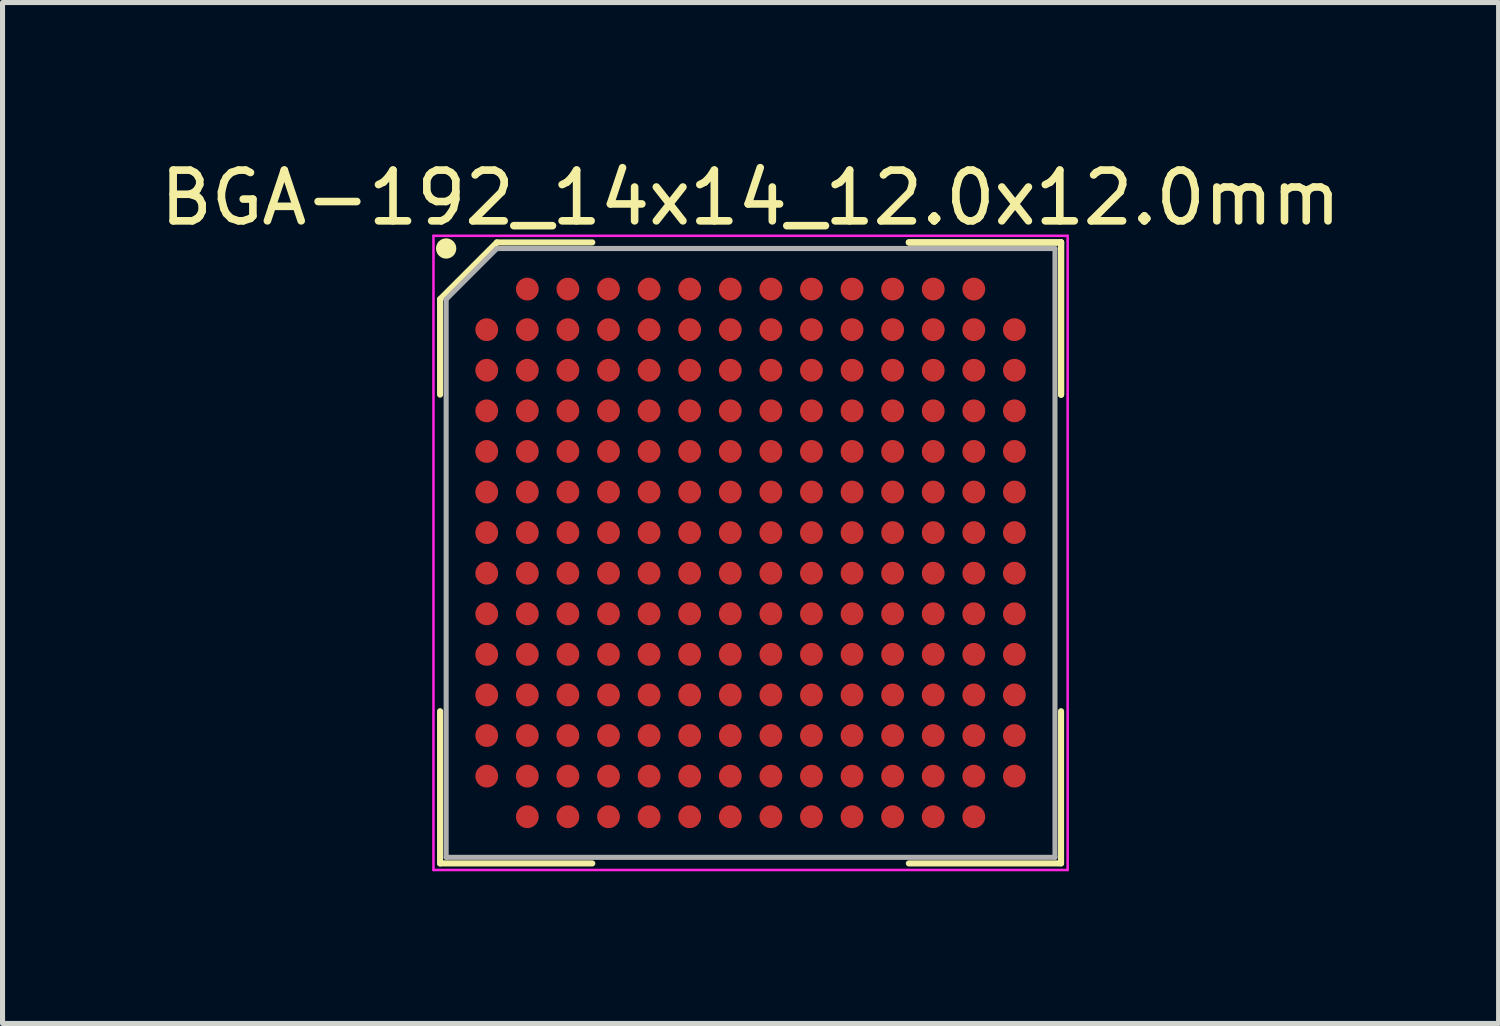
<source format=kicad_pcb>
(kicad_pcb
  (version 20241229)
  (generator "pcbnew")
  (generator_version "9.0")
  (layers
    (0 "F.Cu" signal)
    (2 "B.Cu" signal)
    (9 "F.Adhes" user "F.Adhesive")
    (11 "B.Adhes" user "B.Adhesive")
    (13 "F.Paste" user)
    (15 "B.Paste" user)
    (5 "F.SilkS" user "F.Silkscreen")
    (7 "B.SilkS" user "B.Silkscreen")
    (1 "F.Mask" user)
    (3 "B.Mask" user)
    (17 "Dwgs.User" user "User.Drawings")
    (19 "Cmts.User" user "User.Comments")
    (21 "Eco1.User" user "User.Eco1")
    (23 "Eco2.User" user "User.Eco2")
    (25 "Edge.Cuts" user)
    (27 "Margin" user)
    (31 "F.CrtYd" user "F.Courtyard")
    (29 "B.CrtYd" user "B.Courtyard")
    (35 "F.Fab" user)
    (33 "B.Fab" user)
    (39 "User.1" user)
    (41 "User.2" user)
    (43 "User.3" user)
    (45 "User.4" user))
  (footprint "BGA-192_14x14_12.0x12.0mm"
    (layer "F.Cu")
    (at 11.744 7.848)
    (property "Reference" "BGA-192_14x14_12.0x12.0mm" (at 0 -7 0) (layer "F.SilkS") (effects (font (size 1 1) (thickness 0.15))))
    (attr through_hole)
    (fp_line (start -6.12 -5) (end -6.12 -3.12) (stroke (width 0.12) (type solid)) (layer "F.SilkS"))
    (fp_line (start -6.12 6.12) (end -6.12 3.12) (stroke (width 0.12) (type solid)) (layer "F.SilkS"))
    (fp_line (start -5 -6.12) (end -6.12 -5) (stroke (width 0.12) (type solid)) (layer "F.SilkS"))
    (fp_line (start -3.12 -6.12) (end -5 -6.12) (stroke (width 0.12) (type solid)) (layer "F.SilkS"))
    (fp_line (start -3.12 6.12) (end -6.12 6.12) (stroke (width 0.12) (type solid)) (layer "F.SilkS"))
    (fp_line (start 3.12 -6.12) (end 6.12 -6.12) (stroke (width 0.12) (type solid)) (layer "F.SilkS"))
    (fp_line (start 3.12 -6.12) (end 6.12 -6.12) (stroke (width 0.12) (type solid)) (layer "F.SilkS"))
    (fp_line (start 3.12 -6.12) (end 6.12 -6.12) (stroke (width 0.12) (type solid)) (layer "F.SilkS"))
    (fp_line (start 3.12 6.12) (end 6.12 6.12) (stroke (width 0.12) (type solid)) (layer "F.SilkS"))
    (fp_line (start 6.12 -6.12) (end 6.12 -3.12) (stroke (width 0.12) (type solid)) (layer "F.SilkS"))
    (fp_line (start 6.12 -6.12) (end 6.12 -3.12) (stroke (width 0.12) (type solid)) (layer "F.SilkS"))
    (fp_line (start 6.12 -6.12) (end 6.12 -3.12) (stroke (width 0.12) (type solid)) (layer "F.SilkS"))
    (fp_line (start 6.12 6.12) (end 6.12 3.12) (stroke (width 0.12) (type solid)) (layer "F.SilkS"))
    (fp_circle (center -6 -6) (end -6 -5.9) (stroke (width 0.2) (type solid)) (fill no) (layer "F.SilkS"))
    (fp_line (start -6.25 -6.25) (end 6.25 -6.25) (stroke (width 0.05) (type solid)) (layer "F.CrtYd"))
    (fp_line (start -6.25 6.25) (end -6.25 -6.25) (stroke (width 0.05) (type solid)) (layer "F.CrtYd"))
    (fp_line (start 6.25 -6.25) (end 6.25 6.25) (stroke (width 0.05) (type solid)) (layer "F.CrtYd"))
    (fp_line (start 6.25 6.25) (end -6.25 6.25) (stroke (width 0.05) (type solid)) (layer "F.CrtYd"))
    (fp_line (start -6 -5) (end -6 6) (stroke (width 0.1) (type solid)) (layer "F.Fab"))
    (fp_line (start -6 6) (end 6 6) (stroke (width 0.1) (type solid)) (layer "F.Fab"))
    (fp_line (start -5 -6) (end -6 -5) (stroke (width 0.1) (type solid)) (layer "F.Fab"))
    (fp_line (start 6 -6) (end -5 -6) (stroke (width 0.1) (type solid)) (layer "F.Fab"))
    (fp_line (start 6 6) (end 6 -6) (stroke (width 0.1) (type solid)) (layer "F.Fab"))
    (pad "A2" smd circle (at -4.4 -5.2) (size 0.45 0.45) (layers "F.Cu" "F.Mask" "F.Paste"))
    (pad "A3" smd circle (at -3.6 -5.2) (size 0.45 0.45) (layers "F.Cu" "F.Mask" "F.Paste"))
    (pad "A4" smd circle (at -2.8 -5.2) (size 0.45 0.45) (layers "F.Cu" "F.Mask" "F.Paste"))
    (pad "A5" smd circle (at -2 -5.2) (size 0.45 0.45) (layers "F.Cu" "F.Mask" "F.Paste"))
    (pad "A6" smd circle (at -1.2 -5.2) (size 0.45 0.45) (layers "F.Cu" "F.Mask" "F.Paste"))
    (pad "A7" smd circle (at -0.4 -5.2) (size 0.45 0.45) (layers "F.Cu" "F.Mask" "F.Paste"))
    (pad "A8" smd circle (at 0.4 -5.2) (size 0.45 0.45) (layers "F.Cu" "F.Mask" "F.Paste"))
    (pad "A9" smd circle (at 1.2 -5.2) (size 0.45 0.45) (layers "F.Cu" "F.Mask" "F.Paste"))
    (pad "A10" smd circle (at 2 -5.2) (size 0.45 0.45) (layers "F.Cu" "F.Mask" "F.Paste"))
    (pad "A11" smd circle (at 2.8 -5.2) (size 0.45 0.45) (layers "F.Cu" "F.Mask" "F.Paste"))
    (pad "A12" smd circle (at 3.6 -5.2) (size 0.45 0.45) (layers "F.Cu" "F.Mask" "F.Paste"))
    (pad "A13" smd circle (at 4.4 -5.2) (size 0.45 0.45) (layers "F.Cu" "F.Mask" "F.Paste"))
    (pad "B1" smd circle (at -5.2 -4.4) (size 0.45 0.45) (layers "F.Cu" "F.Mask" "F.Paste"))
    (pad "B2" smd circle (at -4.4 -4.4) (size 0.45 0.45) (layers "F.Cu" "F.Mask" "F.Paste"))
    (pad "B3" smd circle (at -3.6 -4.4) (size 0.45 0.45) (layers "F.Cu" "F.Mask" "F.Paste"))
    (pad "B4" smd circle (at -2.8 -4.4) (size 0.45 0.45) (layers "F.Cu" "F.Mask" "F.Paste"))
    (pad "B5" smd circle (at -2 -4.4) (size 0.45 0.45) (layers "F.Cu" "F.Mask" "F.Paste"))
    (pad "B6" smd circle (at -1.2 -4.4) (size 0.45 0.45) (layers "F.Cu" "F.Mask" "F.Paste"))
    (pad "B7" smd circle (at -0.4 -4.4) (size 0.45 0.45) (layers "F.Cu" "F.Mask" "F.Paste"))
    (pad "B8" smd circle (at 0.4 -4.4) (size 0.45 0.45) (layers "F.Cu" "F.Mask" "F.Paste"))
    (pad "B9" smd circle (at 1.2 -4.4) (size 0.45 0.45) (layers "F.Cu" "F.Mask" "F.Paste"))
    (pad "B10" smd circle (at 2 -4.4) (size 0.45 0.45) (layers "F.Cu" "F.Mask" "F.Paste"))
    (pad "B11" smd circle (at 2.8 -4.4) (size 0.45 0.45) (layers "F.Cu" "F.Mask" "F.Paste"))
    (pad "B12" smd circle (at 3.6 -4.4) (size 0.45 0.45) (layers "F.Cu" "F.Mask" "F.Paste"))
    (pad "B13" smd circle (at 4.4 -4.4) (size 0.45 0.45) (layers "F.Cu" "F.Mask" "F.Paste"))
    (pad "B14" smd circle (at 5.2 -4.4) (size 0.45 0.45) (layers "F.Cu" "F.Mask" "F.Paste"))
    (pad "C1" smd circle (at -5.2 -3.6) (size 0.45 0.45) (layers "F.Cu" "F.Mask" "F.Paste"))
    (pad "C2" smd circle (at -4.4 -3.6) (size 0.45 0.45) (layers "F.Cu" "F.Mask" "F.Paste"))
    (pad "C3" smd circle (at -3.6 -3.6) (size 0.45 0.45) (layers "F.Cu" "F.Mask" "F.Paste"))
    (pad "C4" smd circle (at -2.8 -3.6) (size 0.45 0.45) (layers "F.Cu" "F.Mask" "F.Paste"))
    (pad "C5" smd circle (at -2 -3.6) (size 0.45 0.45) (layers "F.Cu" "F.Mask" "F.Paste"))
    (pad "C6" smd circle (at -1.2 -3.6) (size 0.45 0.45) (layers "F.Cu" "F.Mask" "F.Paste"))
    (pad "C7" smd circle (at -0.4 -3.6) (size 0.45 0.45) (layers "F.Cu" "F.Mask" "F.Paste"))
    (pad "C8" smd circle (at 0.4 -3.6) (size 0.45 0.45) (layers "F.Cu" "F.Mask" "F.Paste"))
    (pad "C9" smd circle (at 1.2 -3.6) (size 0.45 0.45) (layers "F.Cu" "F.Mask" "F.Paste"))
    (pad "C10" smd circle (at 2 -3.6) (size 0.45 0.45) (layers "F.Cu" "F.Mask" "F.Paste"))
    (pad "C11" smd circle (at 2.8 -3.6) (size 0.45 0.45) (layers "F.Cu" "F.Mask" "F.Paste"))
    (pad "C12" smd circle (at 3.6 -3.6) (size 0.45 0.45) (layers "F.Cu" "F.Mask" "F.Paste"))
    (pad "C13" smd circle (at 4.4 -3.6) (size 0.45 0.45) (layers "F.Cu" "F.Mask" "F.Paste"))
    (pad "C14" smd circle (at 5.2 -3.6) (size 0.45 0.45) (layers "F.Cu" "F.Mask" "F.Paste"))
    (pad "D1" smd circle (at -5.2 -2.8) (size 0.45 0.45) (layers "F.Cu" "F.Mask" "F.Paste"))
    (pad "D2" smd circle (at -4.4 -2.8) (size 0.45 0.45) (layers "F.Cu" "F.Mask" "F.Paste"))
    (pad "D3" smd circle (at -3.6 -2.8) (size 0.45 0.45) (layers "F.Cu" "F.Mask" "F.Paste"))
    (pad "D4" smd circle (at -2.8 -2.8) (size 0.45 0.45) (layers "F.Cu" "F.Mask" "F.Paste"))
    (pad "D5" smd circle (at -2 -2.8) (size 0.45 0.45) (layers "F.Cu" "F.Mask" "F.Paste"))
    (pad "D6" smd circle (at -1.2 -2.8) (size 0.45 0.45) (layers "F.Cu" "F.Mask" "F.Paste"))
    (pad "D7" smd circle (at -0.4 -2.8) (size 0.45 0.45) (layers "F.Cu" "F.Mask" "F.Paste"))
    (pad "D8" smd circle (at 0.4 -2.8) (size 0.45 0.45) (layers "F.Cu" "F.Mask" "F.Paste"))
    (pad "D9" smd circle (at 1.2 -2.8) (size 0.45 0.45) (layers "F.Cu" "F.Mask" "F.Paste"))
    (pad "D10" smd circle (at 2 -2.8) (size 0.45 0.45) (layers "F.Cu" "F.Mask" "F.Paste"))
    (pad "D11" smd circle (at 2.8 -2.8) (size 0.45 0.45) (layers "F.Cu" "F.Mask" "F.Paste"))
    (pad "D12" smd circle (at 3.6 -2.8) (size 0.45 0.45) (layers "F.Cu" "F.Mask" "F.Paste"))
    (pad "D13" smd circle (at 4.4 -2.8) (size 0.45 0.45) (layers "F.Cu" "F.Mask" "F.Paste"))
    (pad "D14" smd circle (at 5.2 -2.8) (size 0.45 0.45) (layers "F.Cu" "F.Mask" "F.Paste"))
    (pad "E1" smd circle (at -5.2 -2) (size 0.45 0.45) (layers "F.Cu" "F.Mask" "F.Paste"))
    (pad "E2" smd circle (at -4.4 -2) (size 0.45 0.45) (layers "F.Cu" "F.Mask" "F.Paste"))
    (pad "E3" smd circle (at -3.6 -2) (size 0.45 0.45) (layers "F.Cu" "F.Mask" "F.Paste"))
    (pad "E4" smd circle (at -2.8 -2) (size 0.45 0.45) (layers "F.Cu" "F.Mask" "F.Paste"))
    (pad "E5" smd circle (at -2 -2) (size 0.45 0.45) (layers "F.Cu" "F.Mask" "F.Paste"))
    (pad "E6" smd circle (at -1.2 -2) (size 0.45 0.45) (layers "F.Cu" "F.Mask" "F.Paste"))
    (pad "E7" smd circle (at -0.4 -2) (size 0.45 0.45) (layers "F.Cu" "F.Mask" "F.Paste"))
    (pad "E8" smd circle (at 0.4 -2) (size 0.45 0.45) (layers "F.Cu" "F.Mask" "F.Paste"))
    (pad "E9" smd circle (at 1.2 -2) (size 0.45 0.45) (layers "F.Cu" "F.Mask" "F.Paste"))
    (pad "E10" smd circle (at 2 -2) (size 0.45 0.45) (layers "F.Cu" "F.Mask" "F.Paste"))
    (pad "E11" smd circle (at 2.8 -2) (size 0.45 0.45) (layers "F.Cu" "F.Mask" "F.Paste"))
    (pad "E12" smd circle (at 3.6 -2) (size 0.45 0.45) (layers "F.Cu" "F.Mask" "F.Paste"))
    (pad "E13" smd circle (at 4.4 -2) (size 0.45 0.45) (layers "F.Cu" "F.Mask" "F.Paste"))
    (pad "E14" smd circle (at 5.2 -2) (size 0.45 0.45) (layers "F.Cu" "F.Mask" "F.Paste"))
    (pad "F1" smd circle (at -5.2 -1.2) (size 0.45 0.45) (layers "F.Cu" "F.Mask" "F.Paste"))
    (pad "F2" smd circle (at -4.4 -1.2) (size 0.45 0.45) (layers "F.Cu" "F.Mask" "F.Paste"))
    (pad "F3" smd circle (at -3.6 -1.2) (size 0.45 0.45) (layers "F.Cu" "F.Mask" "F.Paste"))
    (pad "F4" smd circle (at -2.8 -1.2) (size 0.45 0.45) (layers "F.Cu" "F.Mask" "F.Paste"))
    (pad "F5" smd circle (at -2 -1.2) (size 0.45 0.45) (layers "F.Cu" "F.Mask" "F.Paste"))
    (pad "F6" smd circle (at -1.2 -1.2) (size 0.45 0.45) (layers "F.Cu" "F.Mask" "F.Paste"))
    (pad "F7" smd circle (at -0.4 -1.2) (size 0.45 0.45) (layers "F.Cu" "F.Mask" "F.Paste"))
    (pad "F8" smd circle (at 0.4 -1.2) (size 0.45 0.45) (layers "F.Cu" "F.Mask" "F.Paste"))
    (pad "F9" smd circle (at 1.2 -1.2) (size 0.45 0.45) (layers "F.Cu" "F.Mask" "F.Paste"))
    (pad "F10" smd circle (at 2 -1.2) (size 0.45 0.45) (layers "F.Cu" "F.Mask" "F.Paste"))
    (pad "F11" smd circle (at 2.8 -1.2) (size 0.45 0.45) (layers "F.Cu" "F.Mask" "F.Paste"))
    (pad "F12" smd circle (at 3.6 -1.2) (size 0.45 0.45) (layers "F.Cu" "F.Mask" "F.Paste"))
    (pad "F13" smd circle (at 4.4 -1.2) (size 0.45 0.45) (layers "F.Cu" "F.Mask" "F.Paste"))
    (pad "F14" smd circle (at 5.2 -1.2) (size 0.45 0.45) (layers "F.Cu" "F.Mask" "F.Paste"))
    (pad "G1" smd circle (at -5.2 -0.4) (size 0.45 0.45) (layers "F.Cu" "F.Mask" "F.Paste"))
    (pad "G2" smd circle (at -4.4 -0.4) (size 0.45 0.45) (layers "F.Cu" "F.Mask" "F.Paste"))
    (pad "G3" smd circle (at -3.6 -0.4) (size 0.45 0.45) (layers "F.Cu" "F.Mask" "F.Paste"))
    (pad "G4" smd circle (at -2.8 -0.4) (size 0.45 0.45) (layers "F.Cu" "F.Mask" "F.Paste"))
    (pad "G5" smd circle (at -2 -0.4) (size 0.45 0.45) (layers "F.Cu" "F.Mask" "F.Paste"))
    (pad "G6" smd circle (at -1.2 -0.4) (size 0.45 0.45) (layers "F.Cu" "F.Mask" "F.Paste"))
    (pad "G7" smd circle (at -0.4 -0.4) (size 0.45 0.45) (layers "F.Cu" "F.Mask" "F.Paste"))
    (pad "G8" smd circle (at 0.4 -0.4) (size 0.45 0.45) (layers "F.Cu" "F.Mask" "F.Paste"))
    (pad "G9" smd circle (at 1.2 -0.4) (size 0.45 0.45) (layers "F.Cu" "F.Mask" "F.Paste"))
    (pad "G10" smd circle (at 2 -0.4) (size 0.45 0.45) (layers "F.Cu" "F.Mask" "F.Paste"))
    (pad "G11" smd circle (at 2.8 -0.4) (size 0.45 0.45) (layers "F.Cu" "F.Mask" "F.Paste"))
    (pad "G12" smd circle (at 3.6 -0.4) (size 0.45 0.45) (layers "F.Cu" "F.Mask" "F.Paste"))
    (pad "G13" smd circle (at 4.4 -0.4) (size 0.45 0.45) (layers "F.Cu" "F.Mask" "F.Paste"))
    (pad "G14" smd circle (at 5.2 -0.4) (size 0.45 0.45) (layers "F.Cu" "F.Mask" "F.Paste"))
    (pad "H1" smd circle (at -5.2 0.4) (size 0.45 0.45) (layers "F.Cu" "F.Mask" "F.Paste"))
    (pad "H2" smd circle (at -4.4 0.4) (size 0.45 0.45) (layers "F.Cu" "F.Mask" "F.Paste"))
    (pad "H3" smd circle (at -3.6 0.4) (size 0.45 0.45) (layers "F.Cu" "F.Mask" "F.Paste"))
    (pad "H4" smd circle (at -2.8 0.4) (size 0.45 0.45) (layers "F.Cu" "F.Mask" "F.Paste"))
    (pad "H5" smd circle (at -2 0.4) (size 0.45 0.45) (layers "F.Cu" "F.Mask" "F.Paste"))
    (pad "H6" smd circle (at -1.2 0.4) (size 0.45 0.45) (layers "F.Cu" "F.Mask" "F.Paste"))
    (pad "H7" smd circle (at -0.4 0.4) (size 0.45 0.45) (layers "F.Cu" "F.Mask" "F.Paste"))
    (pad "H8" smd circle (at 0.4 0.4) (size 0.45 0.45) (layers "F.Cu" "F.Mask" "F.Paste"))
    (pad "H9" smd circle (at 1.2 0.4) (size 0.45 0.45) (layers "F.Cu" "F.Mask" "F.Paste"))
    (pad "H10" smd circle (at 2 0.4) (size 0.45 0.45) (layers "F.Cu" "F.Mask" "F.Paste"))
    (pad "H11" smd circle (at 2.8 0.4) (size 0.45 0.45) (layers "F.Cu" "F.Mask" "F.Paste"))
    (pad "H12" smd circle (at 3.6 0.4) (size 0.45 0.45) (layers "F.Cu" "F.Mask" "F.Paste"))
    (pad "H13" smd circle (at 4.4 0.4) (size 0.45 0.45) (layers "F.Cu" "F.Mask" "F.Paste"))
    (pad "H14" smd circle (at 5.2 0.4) (size 0.45 0.45) (layers "F.Cu" "F.Mask" "F.Paste"))
    (pad "J1" smd circle (at -5.2 1.2) (size 0.45 0.45) (layers "F.Cu" "F.Mask" "F.Paste"))
    (pad "J2" smd circle (at -4.4 1.2) (size 0.45 0.45) (layers "F.Cu" "F.Mask" "F.Paste"))
    (pad "J3" smd circle (at -3.6 1.2) (size 0.45 0.45) (layers "F.Cu" "F.Mask" "F.Paste"))
    (pad "J4" smd circle (at -2.8 1.2) (size 0.45 0.45) (layers "F.Cu" "F.Mask" "F.Paste"))
    (pad "J5" smd circle (at -2 1.2) (size 0.45 0.45) (layers "F.Cu" "F.Mask" "F.Paste"))
    (pad "J6" smd circle (at -1.2 1.2) (size 0.45 0.45) (layers "F.Cu" "F.Mask" "F.Paste"))
    (pad "J7" smd circle (at -0.4 1.2) (size 0.45 0.45) (layers "F.Cu" "F.Mask" "F.Paste"))
    (pad "J8" smd circle (at 0.4 1.2) (size 0.45 0.45) (layers "F.Cu" "F.Mask" "F.Paste"))
    (pad "J9" smd circle (at 1.2 1.2) (size 0.45 0.45) (layers "F.Cu" "F.Mask" "F.Paste"))
    (pad "J10" smd circle (at 2 1.2) (size 0.45 0.45) (layers "F.Cu" "F.Mask" "F.Paste"))
    (pad "J11" smd circle (at 2.8 1.2) (size 0.45 0.45) (layers "F.Cu" "F.Mask" "F.Paste"))
    (pad "J12" smd circle (at 3.6 1.2) (size 0.45 0.45) (layers "F.Cu" "F.Mask" "F.Paste"))
    (pad "J13" smd circle (at 4.4 1.2) (size 0.45 0.45) (layers "F.Cu" "F.Mask" "F.Paste"))
    (pad "J14" smd circle (at 5.2 1.2) (size 0.45 0.45) (layers "F.Cu" "F.Mask" "F.Paste"))
    (pad "K1" smd circle (at -5.2 2) (size 0.45 0.45) (layers "F.Cu" "F.Mask" "F.Paste"))
    (pad "K2" smd circle (at -4.4 2) (size 0.45 0.45) (layers "F.Cu" "F.Mask" "F.Paste"))
    (pad "K3" smd circle (at -3.6 2) (size 0.45 0.45) (layers "F.Cu" "F.Mask" "F.Paste"))
    (pad "K4" smd circle (at -2.8 2) (size 0.45 0.45) (layers "F.Cu" "F.Mask" "F.Paste"))
    (pad "K5" smd circle (at -2 2) (size 0.45 0.45) (layers "F.Cu" "F.Mask" "F.Paste"))
    (pad "K6" smd circle (at -1.2 2) (size 0.45 0.45) (layers "F.Cu" "F.Mask" "F.Paste"))
    (pad "K7" smd circle (at -0.4 2) (size 0.45 0.45) (layers "F.Cu" "F.Mask" "F.Paste"))
    (pad "K8" smd circle (at 0.4 2) (size 0.45 0.45) (layers "F.Cu" "F.Mask" "F.Paste"))
    (pad "K9" smd circle (at 1.2 2) (size 0.45 0.45) (layers "F.Cu" "F.Mask" "F.Paste"))
    (pad "K10" smd circle (at 2 2) (size 0.45 0.45) (layers "F.Cu" "F.Mask" "F.Paste"))
    (pad "K11" smd circle (at 2.8 2) (size 0.45 0.45) (layers "F.Cu" "F.Mask" "F.Paste"))
    (pad "K12" smd circle (at 3.6 2) (size 0.45 0.45) (layers "F.Cu" "F.Mask" "F.Paste"))
    (pad "K13" smd circle (at 4.4 2) (size 0.45 0.45) (layers "F.Cu" "F.Mask" "F.Paste"))
    (pad "K14" smd circle (at 5.2 2) (size 0.45 0.45) (layers "F.Cu" "F.Mask" "F.Paste"))
    (pad "L1" smd circle (at -5.2 2.8) (size 0.45 0.45) (layers "F.Cu" "F.Mask" "F.Paste"))
    (pad "L2" smd circle (at -4.4 2.8) (size 0.45 0.45) (layers "F.Cu" "F.Mask" "F.Paste"))
    (pad "L3" smd circle (at -3.6 2.8) (size 0.45 0.45) (layers "F.Cu" "F.Mask" "F.Paste"))
    (pad "L4" smd circle (at -2.8 2.8) (size 0.45 0.45) (layers "F.Cu" "F.Mask" "F.Paste"))
    (pad "L5" smd circle (at -2 2.8) (size 0.45 0.45) (layers "F.Cu" "F.Mask" "F.Paste"))
    (pad "L6" smd circle (at -1.2 2.8) (size 0.45 0.45) (layers "F.Cu" "F.Mask" "F.Paste"))
    (pad "L7" smd circle (at -0.4 2.8) (size 0.45 0.45) (layers "F.Cu" "F.Mask" "F.Paste"))
    (pad "L8" smd circle (at 0.4 2.8) (size 0.45 0.45) (layers "F.Cu" "F.Mask" "F.Paste"))
    (pad "L9" smd circle (at 1.2 2.8) (size 0.45 0.45) (layers "F.Cu" "F.Mask" "F.Paste"))
    (pad "L10" smd circle (at 2 2.8) (size 0.45 0.45) (layers "F.Cu" "F.Mask" "F.Paste"))
    (pad "L11" smd circle (at 2.8 2.8) (size 0.45 0.45) (layers "F.Cu" "F.Mask" "F.Paste"))
    (pad "L12" smd circle (at 3.6 2.8) (size 0.45 0.45) (layers "F.Cu" "F.Mask" "F.Paste"))
    (pad "L13" smd circle (at 4.4 2.8) (size 0.45 0.45) (layers "F.Cu" "F.Mask" "F.Paste"))
    (pad "L14" smd circle (at 5.2 2.8) (size 0.45 0.45) (layers "F.Cu" "F.Mask" "F.Paste"))
    (pad "M1" smd circle (at -5.2 3.6) (size 0.45 0.45) (layers "F.Cu" "F.Mask" "F.Paste"))
    (pad "M2" smd circle (at -4.4 3.6) (size 0.45 0.45) (layers "F.Cu" "F.Mask" "F.Paste"))
    (pad "M3" smd circle (at -3.6 3.6) (size 0.45 0.45) (layers "F.Cu" "F.Mask" "F.Paste"))
    (pad "M4" smd circle (at -2.8 3.6) (size 0.45 0.45) (layers "F.Cu" "F.Mask" "F.Paste"))
    (pad "M5" smd circle (at -2 3.6) (size 0.45 0.45) (layers "F.Cu" "F.Mask" "F.Paste"))
    (pad "M6" smd circle (at -1.2 3.6) (size 0.45 0.45) (layers "F.Cu" "F.Mask" "F.Paste"))
    (pad "M7" smd circle (at -0.4 3.6) (size 0.45 0.45) (layers "F.Cu" "F.Mask" "F.Paste"))
    (pad "M8" smd circle (at 0.4 3.6) (size 0.45 0.45) (layers "F.Cu" "F.Mask" "F.Paste"))
    (pad "M9" smd circle (at 1.2 3.6) (size 0.45 0.45) (layers "F.Cu" "F.Mask" "F.Paste"))
    (pad "M10" smd circle (at 2 3.6) (size 0.45 0.45) (layers "F.Cu" "F.Mask" "F.Paste"))
    (pad "M11" smd circle (at 2.8 3.6) (size 0.45 0.45) (layers "F.Cu" "F.Mask" "F.Paste"))
    (pad "M12" smd circle (at 3.6 3.6) (size 0.45 0.45) (layers "F.Cu" "F.Mask" "F.Paste"))
    (pad "M13" smd circle (at 4.4 3.6) (size 0.45 0.45) (layers "F.Cu" "F.Mask" "F.Paste"))
    (pad "M14" smd circle (at 5.2 3.6) (size 0.45 0.45) (layers "F.Cu" "F.Mask" "F.Paste"))
    (pad "N1" smd circle (at -5.2 4.4) (size 0.45 0.45) (layers "F.Cu" "F.Mask" "F.Paste"))
    (pad "N2" smd circle (at -4.4 4.4) (size 0.45 0.45) (layers "F.Cu" "F.Mask" "F.Paste"))
    (pad "N3" smd circle (at -3.6 4.4) (size 0.45 0.45) (layers "F.Cu" "F.Mask" "F.Paste"))
    (pad "N4" smd circle (at -2.8 4.4) (size 0.45 0.45) (layers "F.Cu" "F.Mask" "F.Paste"))
    (pad "N5" smd circle (at -2 4.4) (size 0.45 0.45) (layers "F.Cu" "F.Mask" "F.Paste"))
    (pad "N6" smd circle (at -1.2 4.4) (size 0.45 0.45) (layers "F.Cu" "F.Mask" "F.Paste"))
    (pad "N7" smd circle (at -0.4 4.4) (size 0.45 0.45) (layers "F.Cu" "F.Mask" "F.Paste"))
    (pad "N8" smd circle (at 0.4 4.4) (size 0.45 0.45) (layers "F.Cu" "F.Mask" "F.Paste"))
    (pad "N9" smd circle (at 1.2 4.4) (size 0.45 0.45) (layers "F.Cu" "F.Mask" "F.Paste"))
    (pad "N10" smd circle (at 2 4.4) (size 0.45 0.45) (layers "F.Cu" "F.Mask" "F.Paste"))
    (pad "N11" smd circle (at 2.8 4.4) (size 0.45 0.45) (layers "F.Cu" "F.Mask" "F.Paste"))
    (pad "N12" smd circle (at 3.6 4.4) (size 0.45 0.45) (layers "F.Cu" "F.Mask" "F.Paste"))
    (pad "N13" smd circle (at 4.4 4.4) (size 0.45 0.45) (layers "F.Cu" "F.Mask" "F.Paste"))
    (pad "N14" smd circle (at 5.2 4.4) (size 0.45 0.45) (layers "F.Cu" "F.Mask" "F.Paste"))
    (pad "P2" smd circle (at -4.4 5.2) (size 0.45 0.45) (layers "F.Cu" "F.Mask" "F.Paste"))
    (pad "P3" smd circle (at -3.6 5.2) (size 0.45 0.45) (layers "F.Cu" "F.Mask" "F.Paste"))
    (pad "P4" smd circle (at -2.8 5.2) (size 0.45 0.45) (layers "F.Cu" "F.Mask" "F.Paste"))
    (pad "P5" smd circle (at -2 5.2) (size 0.45 0.45) (layers "F.Cu" "F.Mask" "F.Paste"))
    (pad "P6" smd circle (at -1.2 5.2) (size 0.45 0.45) (layers "F.Cu" "F.Mask" "F.Paste"))
    (pad "P7" smd circle (at -0.4 5.2) (size 0.45 0.45) (layers "F.Cu" "F.Mask" "F.Paste"))
    (pad "P8" smd circle (at 0.4 5.2) (size 0.45 0.45) (layers "F.Cu" "F.Mask" "F.Paste"))
    (pad "P9" smd circle (at 1.2 5.2) (size 0.45 0.45) (layers "F.Cu" "F.Mask" "F.Paste"))
    (pad "P10" smd circle (at 2 5.2) (size 0.45 0.45) (layers "F.Cu" "F.Mask" "F.Paste"))
    (pad "P11" smd circle (at 2.8 5.2) (size 0.45 0.45) (layers "F.Cu" "F.Mask" "F.Paste"))
    (pad "P12" smd circle (at 3.6 5.2) (size 0.45 0.45) (layers "F.Cu" "F.Mask" "F.Paste"))
    (pad "P13" smd circle (at 4.4 5.2) (size 0.45 0.45) (layers "F.Cu" "F.Mask" "F.Paste")))
  (gr_rect
    (start -3 -3)
    (end 26.488 17.123)
    (stroke (width 0.1) (type default))
    (fill no)
    (layer "Edge.Cuts")))
</source>
